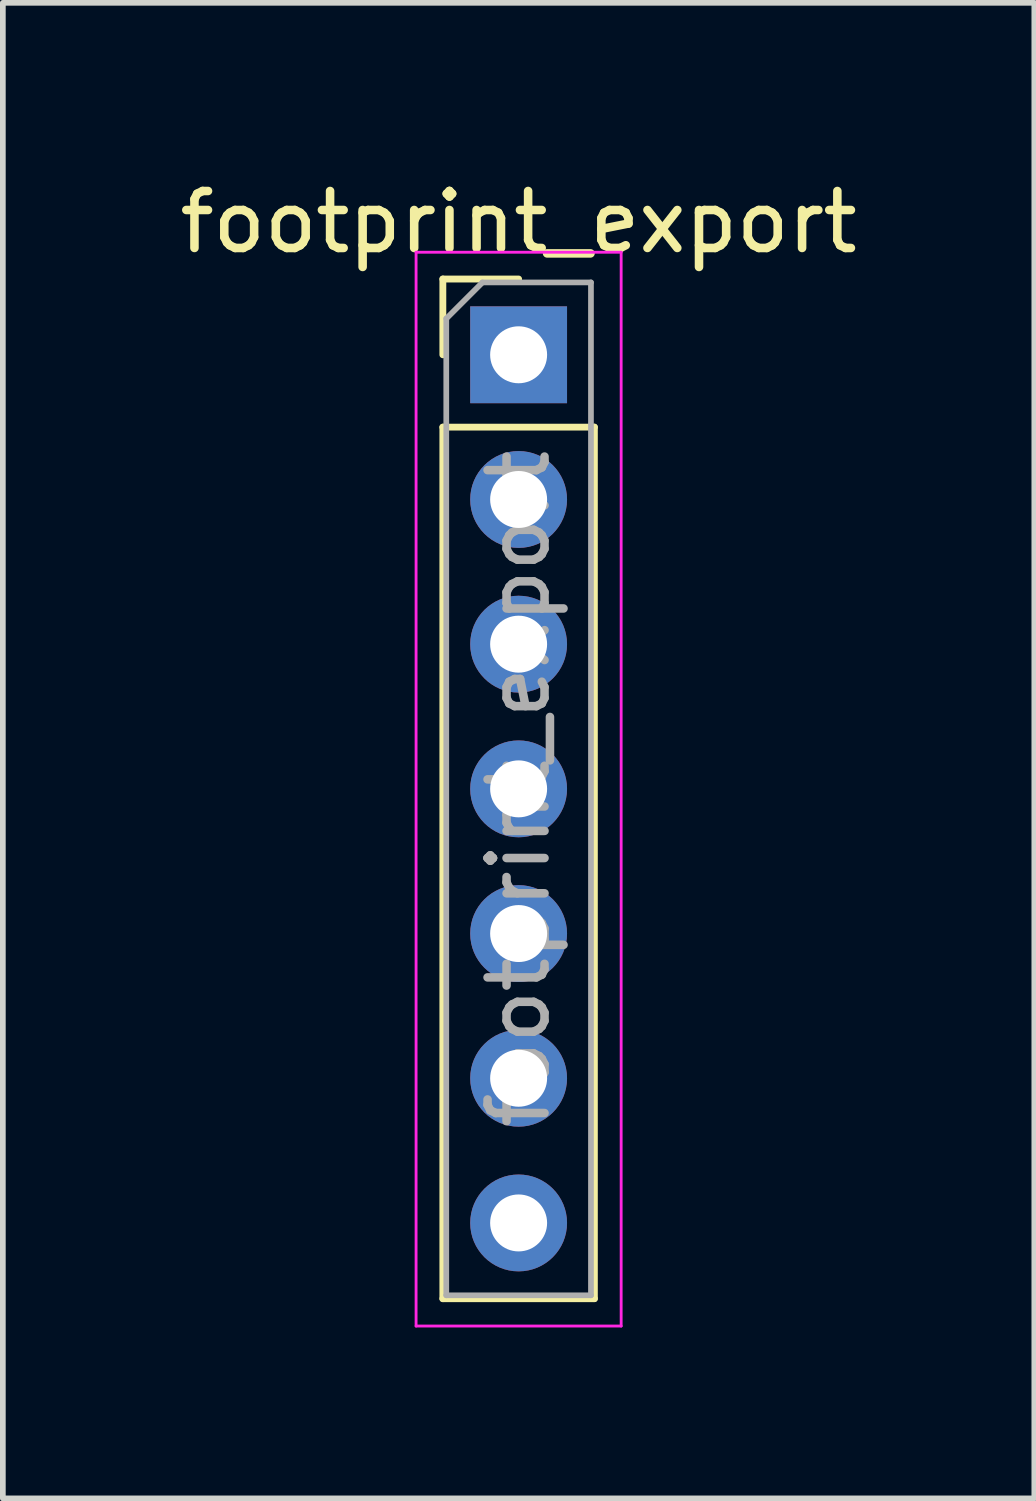
<source format=kicad_pcb>
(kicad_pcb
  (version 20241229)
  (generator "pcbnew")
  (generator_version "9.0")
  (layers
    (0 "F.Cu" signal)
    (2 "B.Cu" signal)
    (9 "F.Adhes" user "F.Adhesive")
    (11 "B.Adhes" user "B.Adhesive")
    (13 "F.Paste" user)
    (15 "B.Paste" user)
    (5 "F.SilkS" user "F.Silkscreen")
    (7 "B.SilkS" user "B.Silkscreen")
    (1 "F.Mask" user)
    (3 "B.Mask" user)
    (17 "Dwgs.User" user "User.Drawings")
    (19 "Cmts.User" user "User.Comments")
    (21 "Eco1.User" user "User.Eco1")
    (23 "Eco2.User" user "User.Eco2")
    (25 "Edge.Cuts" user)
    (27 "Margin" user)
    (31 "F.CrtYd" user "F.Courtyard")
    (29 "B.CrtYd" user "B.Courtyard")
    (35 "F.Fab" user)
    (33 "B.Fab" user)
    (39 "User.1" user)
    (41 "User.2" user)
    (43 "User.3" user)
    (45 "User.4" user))
  (footprint "footprint_export"
    (layer "F.Cu")
    (at 6.054 3.178)
    (property "Reference" "footprint_export" (at 0 -2.33 0) (layer "F.SilkS") (effects (font (size 1 1) (thickness 0.15))))
    (attr through_hole)
    (fp_line (start -1.33 -1.33) (end 0 -1.33) (stroke (width 0.12) (type solid)) (layer "F.SilkS"))
    (fp_line (start -1.33 0) (end -1.33 -1.33) (stroke (width 0.12) (type solid)) (layer "F.SilkS"))
    (fp_line (start -1.33 1.27) (end -1.33 16.57) (stroke (width 0.12) (type solid)) (layer "F.SilkS"))
    (fp_line (start -1.33 1.27) (end 1.33 1.27) (stroke (width 0.12) (type solid)) (layer "F.SilkS"))
    (fp_line (start -1.33 16.57) (end 1.33 16.57) (stroke (width 0.12) (type solid)) (layer "F.SilkS"))
    (fp_line (start 1.33 1.27) (end 1.33 16.57) (stroke (width 0.12) (type solid)) (layer "F.SilkS"))
    (fp_line (start -1.8 -1.8) (end -1.8 17.05) (stroke (width 0.05) (type solid)) (layer "F.CrtYd"))
    (fp_line (start -1.8 17.05) (end 1.8 17.05) (stroke (width 0.05) (type solid)) (layer "F.CrtYd"))
    (fp_line (start 1.8 -1.8) (end -1.8 -1.8) (stroke (width 0.05) (type solid)) (layer "F.CrtYd"))
    (fp_line (start 1.8 17.05) (end 1.8 -1.8) (stroke (width 0.05) (type solid)) (layer "F.CrtYd"))
    (fp_line (start -1.27 -0.635) (end -0.635 -1.27) (stroke (width 0.1) (type solid)) (layer "F.Fab"))
    (fp_line (start -1.27 16.51) (end -1.27 -0.635) (stroke (width 0.1) (type solid)) (layer "F.Fab"))
    (fp_line (start -0.635 -1.27) (end 1.27 -1.27) (stroke (width 0.1) (type solid)) (layer "F.Fab"))
    (fp_line (start 1.27 -1.27) (end 1.27 16.51) (stroke (width 0.1) (type solid)) (layer "F.Fab"))
    (fp_line (start 1.27 16.51) (end -1.27 16.51) (stroke (width 0.1) (type solid)) (layer "F.Fab"))
    (fp_text user "${REFERENCE}" (at 0 7.62 90) (layer "F.Fab") (effects (font (size 1 1) (thickness 0.15))))
    (pad "1" thru_hole rect (at 0 0) (size 1.7 1.7) (drill 1) (layers "*.Cu" "*.Mask"))
    (pad "2" thru_hole oval (at 0 2.54) (size 1.7 1.7) (drill 1) (layers "*.Cu" "*.Mask"))
    (pad "3" thru_hole oval (at 0 5.08) (size 1.7 1.7) (drill 1) (layers "*.Cu" "*.Mask"))
    (pad "4" thru_hole oval (at 0 7.62) (size 1.7 1.7) (drill 1) (layers "*.Cu" "*.Mask"))
    (pad "5" thru_hole oval (at 0 10.16) (size 1.7 1.7) (drill 1) (layers "*.Cu" "*.Mask"))
    (pad "6" thru_hole oval (at 0 12.7) (size 1.7 1.7) (drill 1) (layers "*.Cu" "*.Mask"))
    (pad "7" thru_hole oval (at 0 15.24) (size 1.7 1.7) (drill 1) (layers "*.Cu" "*.Mask")))
  (gr_rect
    (start -3 -3)
    (end 15.107 23.253)
    (stroke (width 0.1) (type default))
    (fill no)
    (layer "Edge.Cuts")))
</source>
